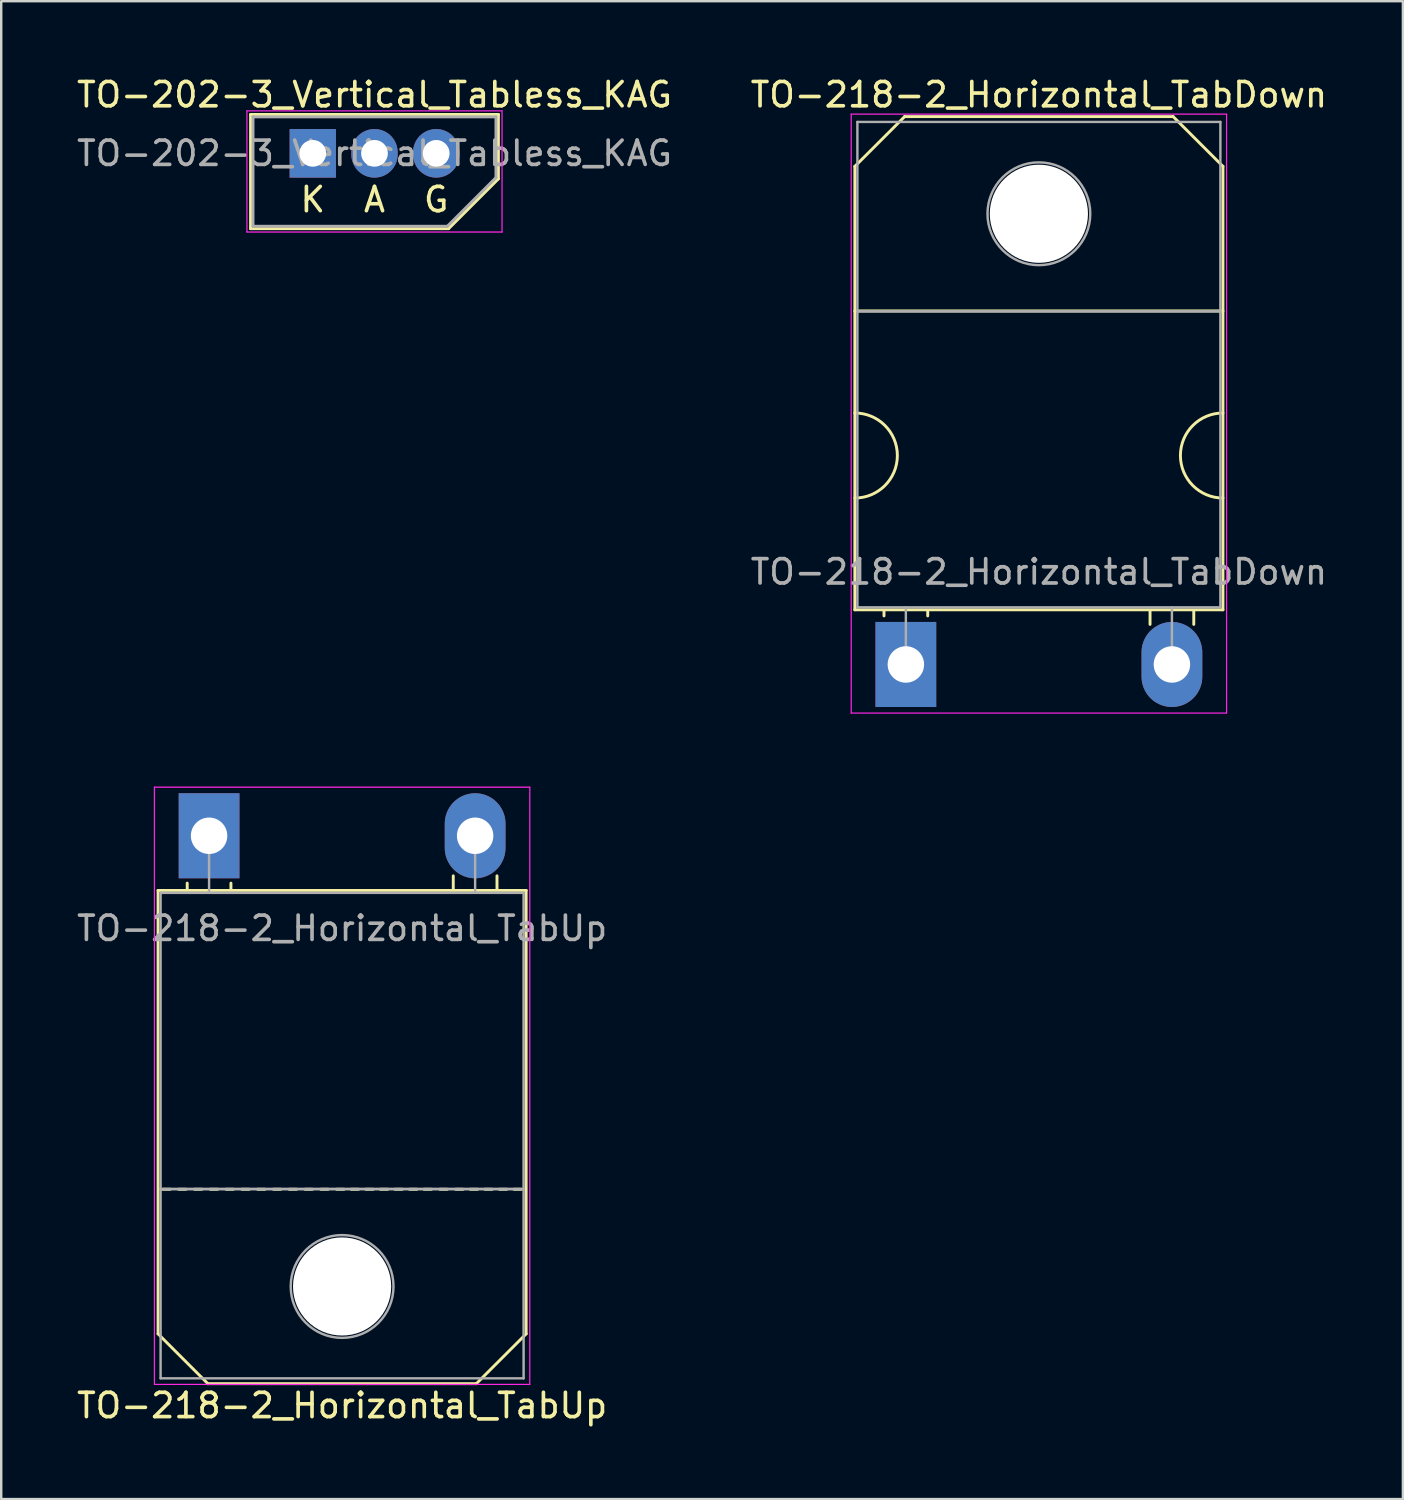
<source format=kicad_pcb>
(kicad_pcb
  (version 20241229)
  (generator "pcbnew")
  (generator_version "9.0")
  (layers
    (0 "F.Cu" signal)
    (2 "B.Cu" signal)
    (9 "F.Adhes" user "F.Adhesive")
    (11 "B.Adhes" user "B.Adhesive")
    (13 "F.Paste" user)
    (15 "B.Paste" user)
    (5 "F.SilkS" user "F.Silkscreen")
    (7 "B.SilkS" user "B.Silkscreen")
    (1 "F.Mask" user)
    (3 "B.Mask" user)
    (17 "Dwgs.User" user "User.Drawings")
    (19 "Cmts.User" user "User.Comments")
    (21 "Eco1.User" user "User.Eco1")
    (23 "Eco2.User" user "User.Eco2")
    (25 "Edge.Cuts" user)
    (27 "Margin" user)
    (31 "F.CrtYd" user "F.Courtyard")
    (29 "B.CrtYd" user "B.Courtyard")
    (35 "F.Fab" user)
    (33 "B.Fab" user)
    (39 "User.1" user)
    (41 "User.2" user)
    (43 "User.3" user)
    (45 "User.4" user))
  (footprint "TO-218-2_Horizontal_TabUp"
    (layer "F.Cu")
    (at 5.555 31.348)
    (property "Reference" "TO-218-2_Horizontal_TabUp" (at 5.475 23.45 0) (layer "F.SilkS") (effects (font (size 1 1) (thickness 0.15))))
    (attr through_hole)
    (fp_line (start -2.1 2.25) (end 13.05 2.25) (stroke (width 0.12) (type solid)) (layer "F.SilkS"))
    (fp_line (start -2.1 20.5) (end -2.1 2.25) (stroke (width 0.12) (type solid)) (layer "F.SilkS"))
    (fp_line (start -2.1 20.5) (end -0.05 22.55) (stroke (width 0.12) (type solid)) (layer "F.SilkS"))
    (fp_line (start -1.6 14.55) (end -1.9 14.55) (stroke (width 0.12) (type solid)) (layer "F.SilkS"))
    (fp_line (start -0.95 14.55) (end -1.25 14.55) (stroke (width 0.12) (type solid)) (layer "F.SilkS"))
    (fp_line (start -0.9 2.2) (end -0.9 1.95) (stroke (width 0.12) (type solid)) (layer "F.SilkS"))
    (fp_line (start -0.3 14.55) (end -0.6 14.55) (stroke (width 0.12) (type solid)) (layer "F.SilkS"))
    (fp_line (start 0.35 14.55) (end 0.05 14.55) (stroke (width 0.12) (type solid)) (layer "F.SilkS"))
    (fp_line (start 0.9 2.2) (end 0.9 1.95) (stroke (width 0.12) (type solid)) (layer "F.SilkS"))
    (fp_line (start 1 14.55) (end 0.7 14.55) (stroke (width 0.12) (type solid)) (layer "F.SilkS"))
    (fp_line (start 1.65 14.55) (end 1.35 14.55) (stroke (width 0.12) (type solid)) (layer "F.SilkS"))
    (fp_line (start 2.3 14.55) (end 2 14.55) (stroke (width 0.12) (type solid)) (layer "F.SilkS"))
    (fp_line (start 2.95 14.55) (end 2.65 14.55) (stroke (width 0.12) (type solid)) (layer "F.SilkS"))
    (fp_line (start 3.6 14.55) (end 3.3 14.55) (stroke (width 0.12) (type solid)) (layer "F.SilkS"))
    (fp_line (start 4.25 14.55) (end 3.95 14.55) (stroke (width 0.12) (type solid)) (layer "F.SilkS"))
    (fp_line (start 4.9 14.55) (end 4.6 14.55) (stroke (width 0.12) (type solid)) (layer "F.SilkS"))
    (fp_line (start 5.55 14.55) (end 5.25 14.55) (stroke (width 0.12) (type solid)) (layer "F.SilkS"))
    (fp_line (start 6.15 14.55) (end 5.85 14.55) (stroke (width 0.12) (type solid)) (layer "F.SilkS"))
    (fp_line (start 6.75 14.55) (end 6.45 14.55) (stroke (width 0.12) (type solid)) (layer "F.SilkS"))
    (fp_line (start 7.35 14.55) (end 7.05 14.55) (stroke (width 0.12) (type solid)) (layer "F.SilkS"))
    (fp_line (start 7.95 14.55) (end 7.65 14.55) (stroke (width 0.12) (type solid)) (layer "F.SilkS"))
    (fp_line (start 8.55 14.55) (end 8.25 14.55) (stroke (width 0.12) (type solid)) (layer "F.SilkS"))
    (fp_line (start 9.15 14.55) (end 8.85 14.55) (stroke (width 0.12) (type solid)) (layer "F.SilkS"))
    (fp_line (start 9.8 14.55) (end 9.5 14.55) (stroke (width 0.12) (type solid)) (layer "F.SilkS"))
    (fp_line (start 10.05 2.2) (end 10.05 1.65) (stroke (width 0.12) (type solid)) (layer "F.SilkS"))
    (fp_line (start 10.45 14.55) (end 10.15 14.55) (stroke (width 0.12) (type solid)) (layer "F.SilkS"))
    (fp_line (start 11 22.55) (end -0.05 22.55) (stroke (width 0.12) (type solid)) (layer "F.SilkS"))
    (fp_line (start 11.05 14.55) (end 10.75 14.55) (stroke (width 0.12) (type solid)) (layer "F.SilkS"))
    (fp_line (start 11.65 14.55) (end 11.35 14.55) (stroke (width 0.12) (type solid)) (layer "F.SilkS"))
    (fp_line (start 11.85 2.2) (end 11.85 1.65) (stroke (width 0.12) (type solid)) (layer "F.SilkS"))
    (fp_line (start 12.25 14.55) (end 11.95 14.55) (stroke (width 0.12) (type solid)) (layer "F.SilkS"))
    (fp_line (start 12.85 14.55) (end 12.55 14.55) (stroke (width 0.12) (type solid)) (layer "F.SilkS"))
    (fp_line (start 13.05 2.25) (end 13.05 20.5) (stroke (width 0.12) (type solid)) (layer "F.SilkS"))
    (fp_line (start 13.05 20.5) (end 11 22.55) (stroke (width 0.12) (type solid)) (layer "F.SilkS"))
    (fp_line (start -2.25 -2) (end -2.25 22.58) (stroke (width 0.05) (type solid)) (layer "F.CrtYd"))
    (fp_line (start -2.25 22.58) (end 13.2 22.58) (stroke (width 0.05) (type solid)) (layer "F.CrtYd"))
    (fp_line (start 13.2 -2) (end -2.25 -2) (stroke (width 0.05) (type solid)) (layer "F.CrtYd"))
    (fp_line (start 13.2 22.58) (end 13.2 -2) (stroke (width 0.05) (type solid)) (layer "F.CrtYd"))
    (fp_line (start -1.995 2.35) (end -1.995 14.54) (stroke (width 0.1) (type solid)) (layer "F.Fab"))
    (fp_line (start -1.995 14.54) (end -1.995 22.33) (stroke (width 0.1) (type solid)) (layer "F.Fab"))
    (fp_line (start -1.995 14.54) (end 12.945 14.54) (stroke (width 0.1) (type solid)) (layer "F.Fab"))
    (fp_line (start -1.995 22.33) (end 12.945 22.33) (stroke (width 0.1) (type solid)) (layer "F.Fab"))
    (fp_line (start 0 2.35) (end 0 0) (stroke (width 0.1) (type solid)) (layer "F.Fab"))
    (fp_line (start 10.95 2.35) (end 10.95 0) (stroke (width 0.1) (type solid)) (layer "F.Fab"))
    (fp_line (start 12.945 2.35) (end -1.995 2.35) (stroke (width 0.1) (type solid)) (layer "F.Fab"))
    (fp_line (start 12.945 14.54) (end -1.995 14.54) (stroke (width 0.1) (type solid)) (layer "F.Fab"))
    (fp_line (start 12.945 14.54) (end 12.945 2.35) (stroke (width 0.1) (type solid)) (layer "F.Fab"))
    (fp_line (start 12.945 22.33) (end 12.945 14.54) (stroke (width 0.1) (type solid)) (layer "F.Fab"))
    (fp_circle (center 5.475 18.55) (end 7.59 18.55) (stroke (width 0.1) (type solid)) (fill no) (layer "F.Fab"))
    (fp_text user "${REFERENCE}" (at 5.475 3.81 0) (layer "F.Fab") (effects (font (size 1 1) (thickness 0.15))))
    (pad "" np_thru_hole oval (at 5.475 18.55) (size 4.04 4.04) (drill 4.04) (layers "*.Cu" "*.Mask"))
    (pad "1" thru_hole rect (at 0 0) (size 2.5 3.5) (drill 1.5) (layers "*.Cu" "*.Mask"))
    (pad "2" thru_hole oval (at 10.95 0) (size 2.5 3.5) (drill 1.5) (layers "*.Cu" "*.Mask")))
  (footprint "TO-218-2_Horizontal_TabDown"
    (layer "F.Cu")
    (at 34.233 24.298)
    (property "Reference" "TO-218-2_Horizontal_TabDown" (at 5.475 -23.45 0) (layer "F.SilkS") (effects (font (size 1 1) (thickness 0.15))))
    (attr through_hole)
    (fp_line (start -2.1 -20.5) (end -0.05 -22.55) (stroke (width 0.12) (type solid)) (layer "F.SilkS"))
    (fp_line (start -2.1 -14.55) (end 13.05 -14.55) (stroke (width 0.12) (type solid)) (layer "F.SilkS"))
    (fp_line (start -2.1 -2.25) (end -2.1 -20.5) (stroke (width 0.12) (type solid)) (layer "F.SilkS"))
    (fp_line (start -0.9 -2.2) (end -0.9 -2) (stroke (width 0.12) (type solid)) (layer "F.SilkS"))
    (fp_line (start -0.05 -22.55) (end 11 -22.55) (stroke (width 0.12) (type solid)) (layer "F.SilkS"))
    (fp_line (start 0.9 -2.2) (end 0.9 -2) (stroke (width 0.12) (type solid)) (layer "F.SilkS"))
    (fp_line (start 10.05 -2.2) (end 10.05 -1.65) (stroke (width 0.12) (type solid)) (layer "F.SilkS"))
    (fp_line (start 11.85 -2.2) (end 11.85 -1.65) (stroke (width 0.12) (type solid)) (layer "F.SilkS"))
    (fp_line (start 13.05 -20.5) (end 11 -22.55) (stroke (width 0.12) (type solid)) (layer "F.SilkS"))
    (fp_line (start 13.05 -20.5) (end 13.05 -2.25) (stroke (width 0.12) (type solid)) (layer "F.SilkS"))
    (fp_line (start 13.05 -2.25) (end -2.1 -2.25) (stroke (width 0.12) (type solid)) (layer "F.SilkS"))
    (fp_arc (start -2.1 -10.35) (mid -0.35 -8.6) (end -2.1 -6.85) (stroke (width 0.12) (type solid)) (layer "F.SilkS"))
    (fp_arc (start 13.05 -6.85) (mid 11.3 -8.6) (end 13.05 -10.35) (stroke (width 0.12) (type solid)) (layer "F.SilkS"))
    (fp_line (start -2.25 -22.65) (end -2.25 2) (stroke (width 0.05) (type solid)) (layer "F.CrtYd"))
    (fp_line (start -2.25 2) (end 13.2 2) (stroke (width 0.05) (type solid)) (layer "F.CrtYd"))
    (fp_line (start 13.2 -22.65) (end -2.25 -22.65) (stroke (width 0.05) (type solid)) (layer "F.CrtYd"))
    (fp_line (start 13.2 2) (end 13.2 -22.65) (stroke (width 0.05) (type solid)) (layer "F.CrtYd"))
    (fp_line (start -1.995 -22.33) (end 12.945 -22.33) (stroke (width 0.1) (type solid)) (layer "F.Fab"))
    (fp_line (start -1.995 -14.54) (end -1.995 -22.33) (stroke (width 0.1) (type solid)) (layer "F.Fab"))
    (fp_line (start -1.995 -14.54) (end 12.945 -14.54) (stroke (width 0.1) (type solid)) (layer "F.Fab"))
    (fp_line (start -1.995 -2.35) (end -1.995 -14.54) (stroke (width 0.1) (type solid)) (layer "F.Fab"))
    (fp_line (start 0 -2.35) (end 0 0) (stroke (width 0.1) (type solid)) (layer "F.Fab"))
    (fp_line (start 10.95 -2.35) (end 10.95 0) (stroke (width 0.1) (type solid)) (layer "F.Fab"))
    (fp_line (start 12.945 -22.33) (end 12.945 -14.54) (stroke (width 0.1) (type solid)) (layer "F.Fab"))
    (fp_line (start 12.945 -14.54) (end -1.995 -14.54) (stroke (width 0.1) (type solid)) (layer "F.Fab"))
    (fp_line (start 12.945 -14.54) (end 12.945 -2.35) (stroke (width 0.1) (type solid)) (layer "F.Fab"))
    (fp_line (start 12.945 -2.35) (end -1.995 -2.35) (stroke (width 0.1) (type solid)) (layer "F.Fab"))
    (fp_circle (center 5.475 -18.55) (end 7.59 -18.55) (stroke (width 0.1) (type solid)) (fill no) (layer "F.Fab"))
    (fp_text user "${REFERENCE}" (at 5.475 -3.81 0) (layer "F.Fab") (effects (font (size 1 1) (thickness 0.15))))
    (pad "" np_thru_hole oval (at 5.475 -18.55) (size 4.04 4.04) (drill 4.04) (layers "*.Cu" "*.Mask"))
    (pad "1" thru_hole rect (at 0 0) (size 2.5 3.5) (drill 1.5) (layers "*.Cu" "*.Mask"))
    (pad "2" thru_hole oval (at 10.95 0) (size 2.5 3.5) (drill 1.5) (layers "*.Cu" "*.Mask")))
  (footprint "TO-202-3_Vertical_Tabless_KAG"
    (layer "F.Cu")
    (at 9.823 3.261)
    (property "Reference" "TO-202-3_Vertical_Tabless_KAG" (at 2.54 -2.413 0) (layer "F.SilkS") (effects (font (size 1 1) (thickness 0.15))))
    (fp_line (start -2.56 -1.6) (end 7.64 -1.6) (stroke (width 0.12) (type solid)) (layer "F.SilkS"))
    (fp_line (start -2.56 3.1) (end -2.56 -1.6) (stroke (width 0.12) (type solid)) (layer "F.SilkS"))
    (fp_line (start 5.59 3.1) (end -2.56 3.1) (stroke (width 0.12) (type solid)) (layer "F.SilkS"))
    (fp_line (start 7.64 -1.6) (end 7.64 1.05) (stroke (width 0.12) (type solid)) (layer "F.SilkS"))
    (fp_line (start 7.64 1.05) (end 5.59 3.1) (stroke (width 0.12) (type solid)) (layer "F.SilkS"))
    (fp_line (start -2.71 -1.749) (end -2.71 3.239) (stroke (width 0.05) (type solid)) (layer "F.CrtYd"))
    (fp_line (start -2.71 3.239) (end 7.79 3.239) (stroke (width 0.05) (type solid)) (layer "F.CrtYd"))
    (fp_line (start 7.79 -1.749) (end -2.71 -1.749) (stroke (width 0.05) (type solid)) (layer "F.CrtYd"))
    (fp_line (start 7.79 3.239) (end 7.79 -1.749) (stroke (width 0.05) (type solid)) (layer "F.CrtYd"))
    (fp_line (start -2.46 -1.5) (end -2.46 3) (stroke (width 0.12) (type solid)) (layer "F.Fab"))
    (fp_line (start -2.46 -1.5) (end 7.54 -1.5) (stroke (width 0.12) (type solid)) (layer "F.Fab"))
    (fp_line (start -2.46 3) (end 5.54 3) (stroke (width 0.12) (type solid)) (layer "F.Fab"))
    (fp_line (start 7.54 -1.5) (end 7.54 1) (stroke (width 0.12) (type solid)) (layer "F.Fab"))
    (fp_line (start 7.54 1) (end 5.54 3) (stroke (width 0.12) (type solid)) (layer "F.Fab"))
    (fp_text user "G" (at 5.08 1.905 0) (unlocked yes) (layer "F.SilkS") (effects (font (size 1 1) (thickness 0.15))))
    (fp_text user "A" (at 2.54 1.905 0) (unlocked yes) (layer "F.SilkS") (effects (font (size 1 1) (thickness 0.15))))
    (fp_text user "K" (at 0 1.905 0) (unlocked yes) (layer "F.SilkS") (effects (font (size 1 1) (thickness 0.15))))
    (fp_text user "${REFERENCE}" (at 2.54 0 0) (layer "F.Fab") (effects (font (size 1 1) (thickness 0.15))))
    (pad "1" thru_hole rect (at 0 0) (size 1.905 2) (drill 1.1) (layers "*.Cu" "*.Mask"))
    (pad "2" thru_hole oval (at 2.54 0) (size 1.905 2) (drill 1.1) (layers "*.Cu" "*.Mask"))
    (pad "3" thru_hole oval (at 5.08 0) (size 1.905 2) (drill 1.1) (layers "*.Cu" "*.Mask")))
  (gr_rect
    (start -3 -3)
    (end 54.69 58.647)
    (stroke (width 0.1) (type default))
    (fill no)
    (layer "Edge.Cuts")))
</source>
